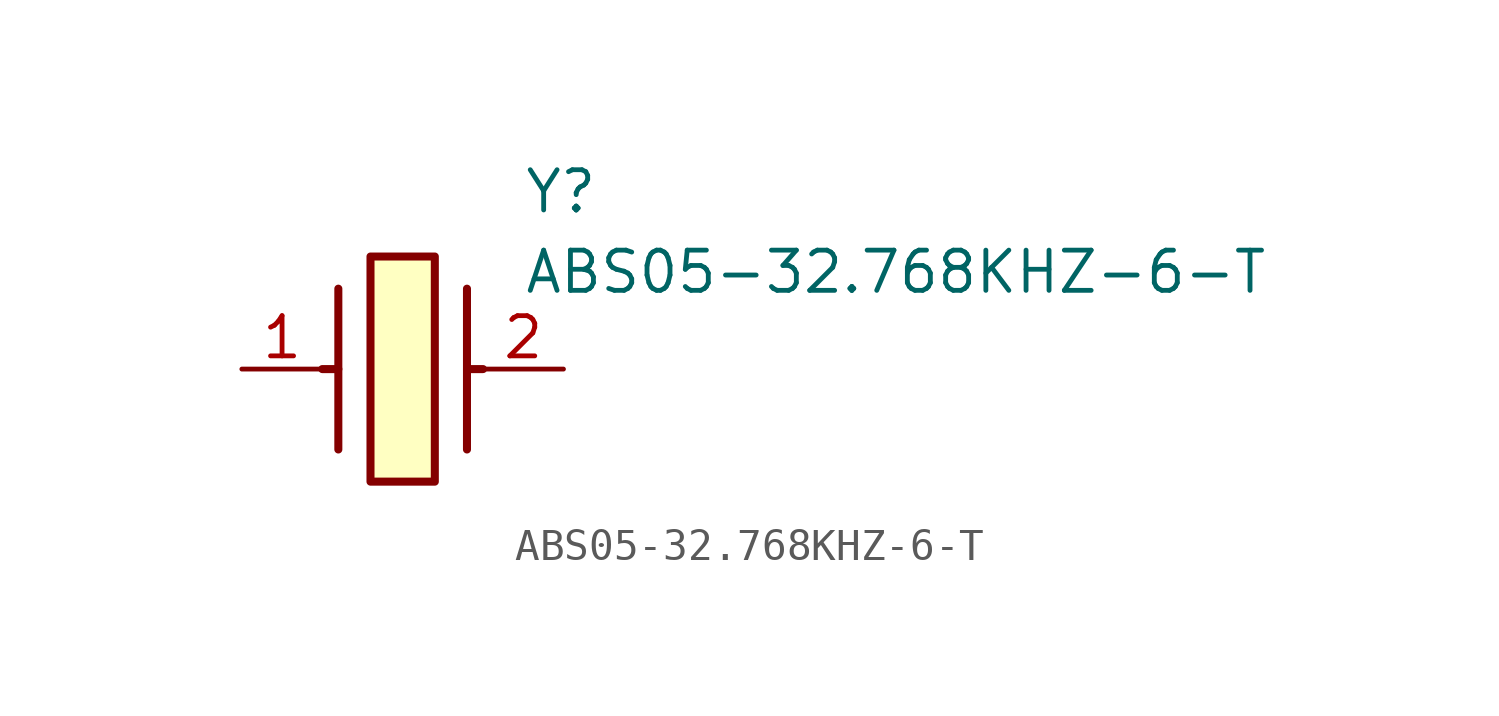
<source format=kicad_sym>
(kicad_symbol_lib
  (version 20211014)
  (generator SamacSys_ECAD_Model)
  (symbol "ABS05-32.768KHZ-6-T"
    (pin_names hide)
    (property "Reference" "Y"
      (at 8.89 6.35 0)
      (effects (font (size 1.27 1.27)) (justify left top)))
    (property "Value" "ABS05-32.768KHZ-6-T"
      (at 8.89 3.81 0)
      (effects (font (size 1.27 1.27)) (justify left top)))
    (rectangle
      (start 4.064 3.556)
      (end 6.096 -3.556)
      (stroke (width 0.254) (type default))
      (fill (type background)))
    (polyline
      (pts (xy 3.048 2.54) (xy 3.048 -2.54))
      (stroke (width 0.254) (type default))
      (fill (type none)))
    (polyline
      (pts (xy 7.112 2.54) (xy 7.112 -2.54))
      (stroke (width 0.254) (type default))
      (fill (type none)))
    (polyline
      (pts (xy 7.112 0) (xy 7.62 0))
      (stroke (width 0.254) (type default))
      (fill (type none)))
    (polyline
      (pts (xy 3.048 0) (xy 2.54 0))
      (stroke (width 0.254) (type default))
      (fill (type none)))
    (pin passive line
      (at 0 0 0)
      (length 2.54)
      (name "1" (effects (font (size 1.27 1.27))))
      (number "1" (effects (font (size 1.27 1.27)))))
    (pin passive line
      (at 10.16 0 180)
      (length 2.54)
      (name "2" (effects (font (size 1.27 1.27))))
      (number "2" (effects (font (size 1.27 1.27)))))))
</source>
